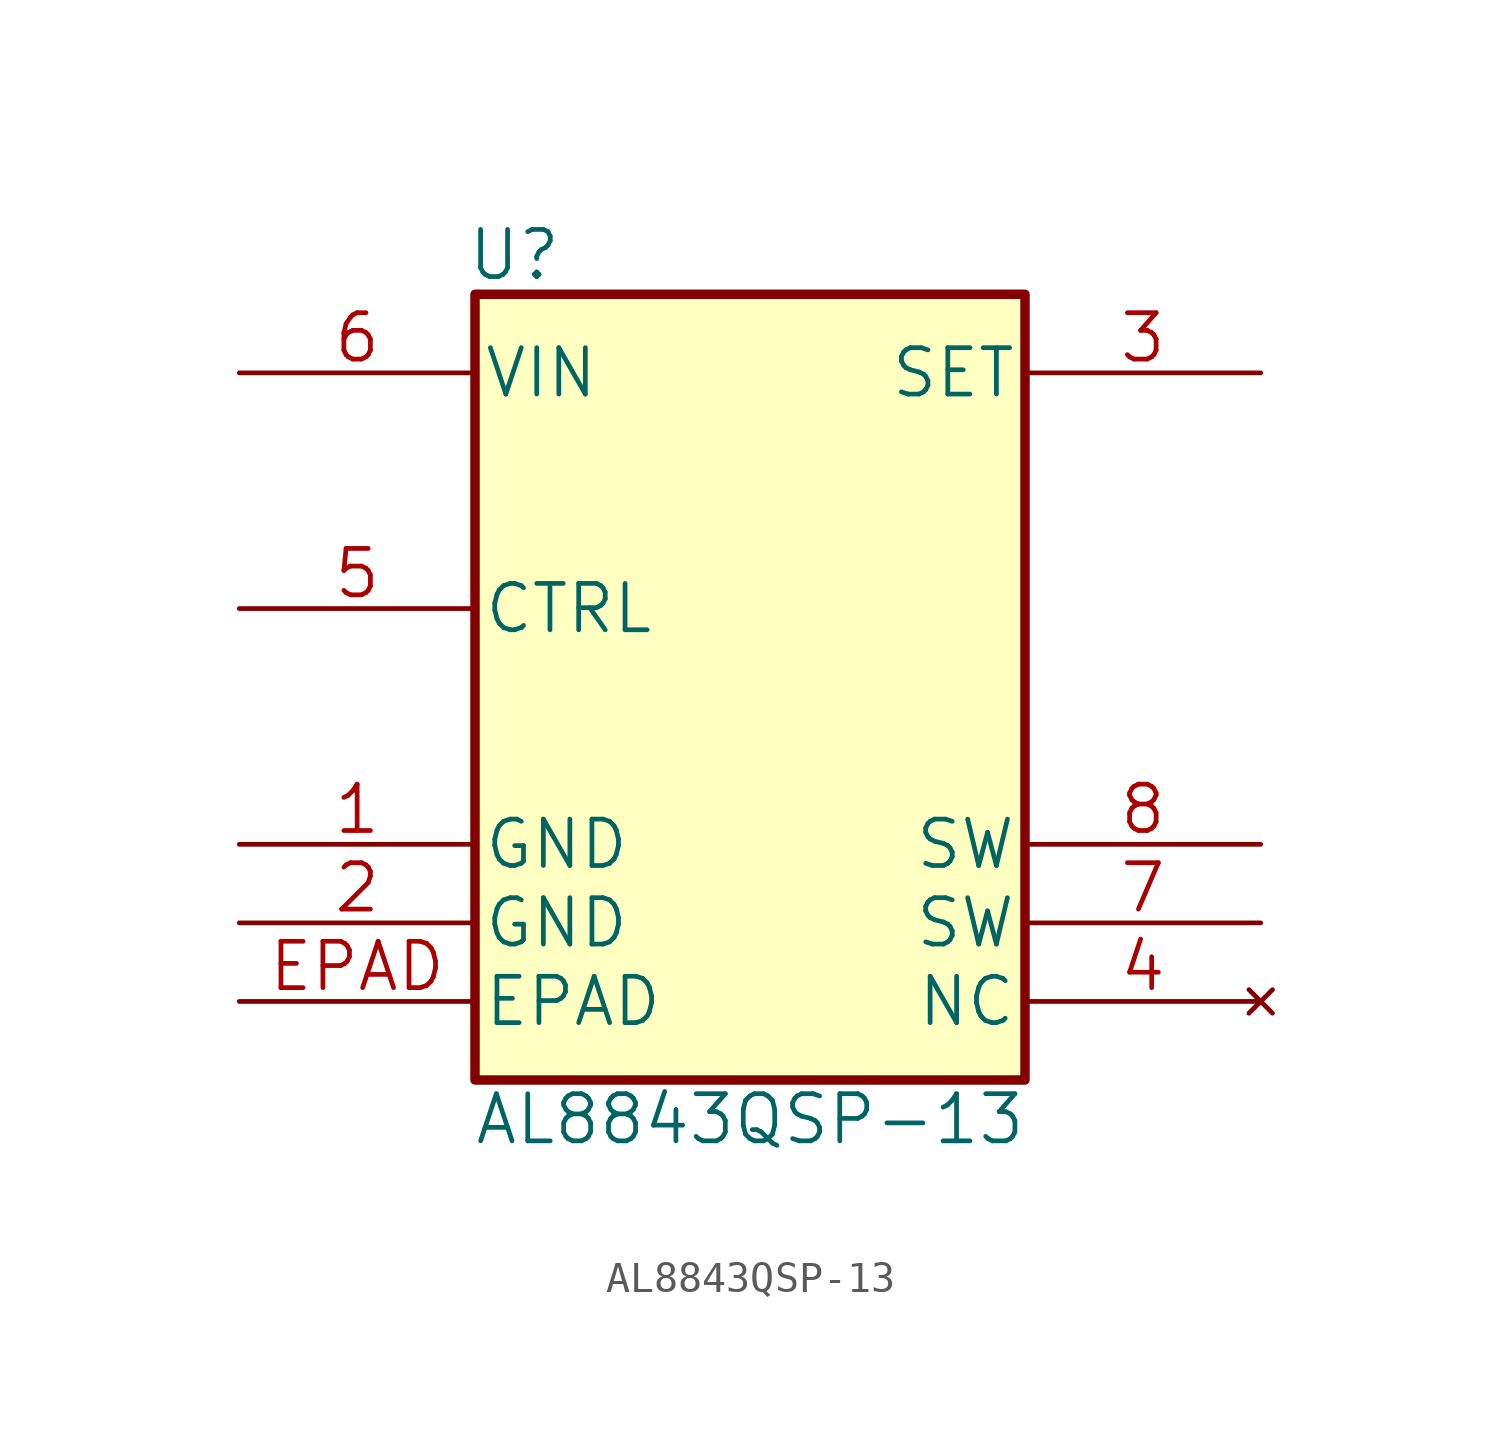
<source format=kicad_sym>
(kicad_symbol_lib
  (version 20211014)
  (generator kicad_symbol_editor)
  (symbol "AL8843QSP-13"
    (pin_names
      (offset 0.254))
    (property "Reference" "U"
      (at 8.89 3.81 0)
      (effects (font (size 1.524 1.524))))
    (property "Value" "AL8843QSP-13"
      (at 16.51 -24.13 0)
      (effects (font (size 1.524 1.524))))
    (symbol "AL8843QSP-13_0_1"
      (rectangle (start 7.62 2.54) (end 25.4 -22.86) (stroke (width 0.305) (type default) (color 0 0 0 0)) (fill (type background))))
    (symbol "AL8843QSP-13_1_1"
      (pin power_in line (at 0 -15.24 0) (length 7.62) (name "GND" (effects (font (size 1.499 1.499)))) (number "1" (effects (font (size 1.499 1.499)))))
      (pin power_in line (at 0 -17.78 0) (length 7.62) (name "GND" (effects (font (size 1.499 1.499)))) (number "2" (effects (font (size 1.499 1.499)))))
      (pin unspecified line (at 33.02 0 180) (length 7.62) (name "SET" (effects (font (size 1.499 1.499)))) (number "3" (effects (font (size 1.499 1.499)))))
      (pin no_connect line (at 33.02 -20.32 180) (length 7.62) (name "NC" (effects (font (size 1.499 1.499)))) (number "4" (effects (font (size 1.499 1.499)))))
      (pin unspecified line (at 0 -7.62 0) (length 7.62) (name "CTRL" (effects (font (size 1.499 1.499)))) (number "5" (effects (font (size 1.499 1.499)))))
      (pin unspecified line (at 0 0 0) (length 7.62) (name "VIN" (effects (font (size 1.499 1.499)))) (number "6" (effects (font (size 1.499 1.499)))))
      (pin unspecified line (at 33.02 -17.78 180) (length 7.62) (name "SW" (effects (font (size 1.499 1.499)))) (number "7" (effects (font (size 1.499 1.499)))))
      (pin unspecified line (at 33.02 -15.24 180) (length 7.62) (name "SW" (effects (font (size 1.499 1.499)))) (number "8" (effects (font (size 1.499 1.499)))))
      (pin unspecified line (at 0 -20.32 0) (length 7.62) (name "EPAD" (effects (font (size 1.499 1.499)))) (number "EPAD" (effects (font (size 1.499 1.499))))))))
</source>
